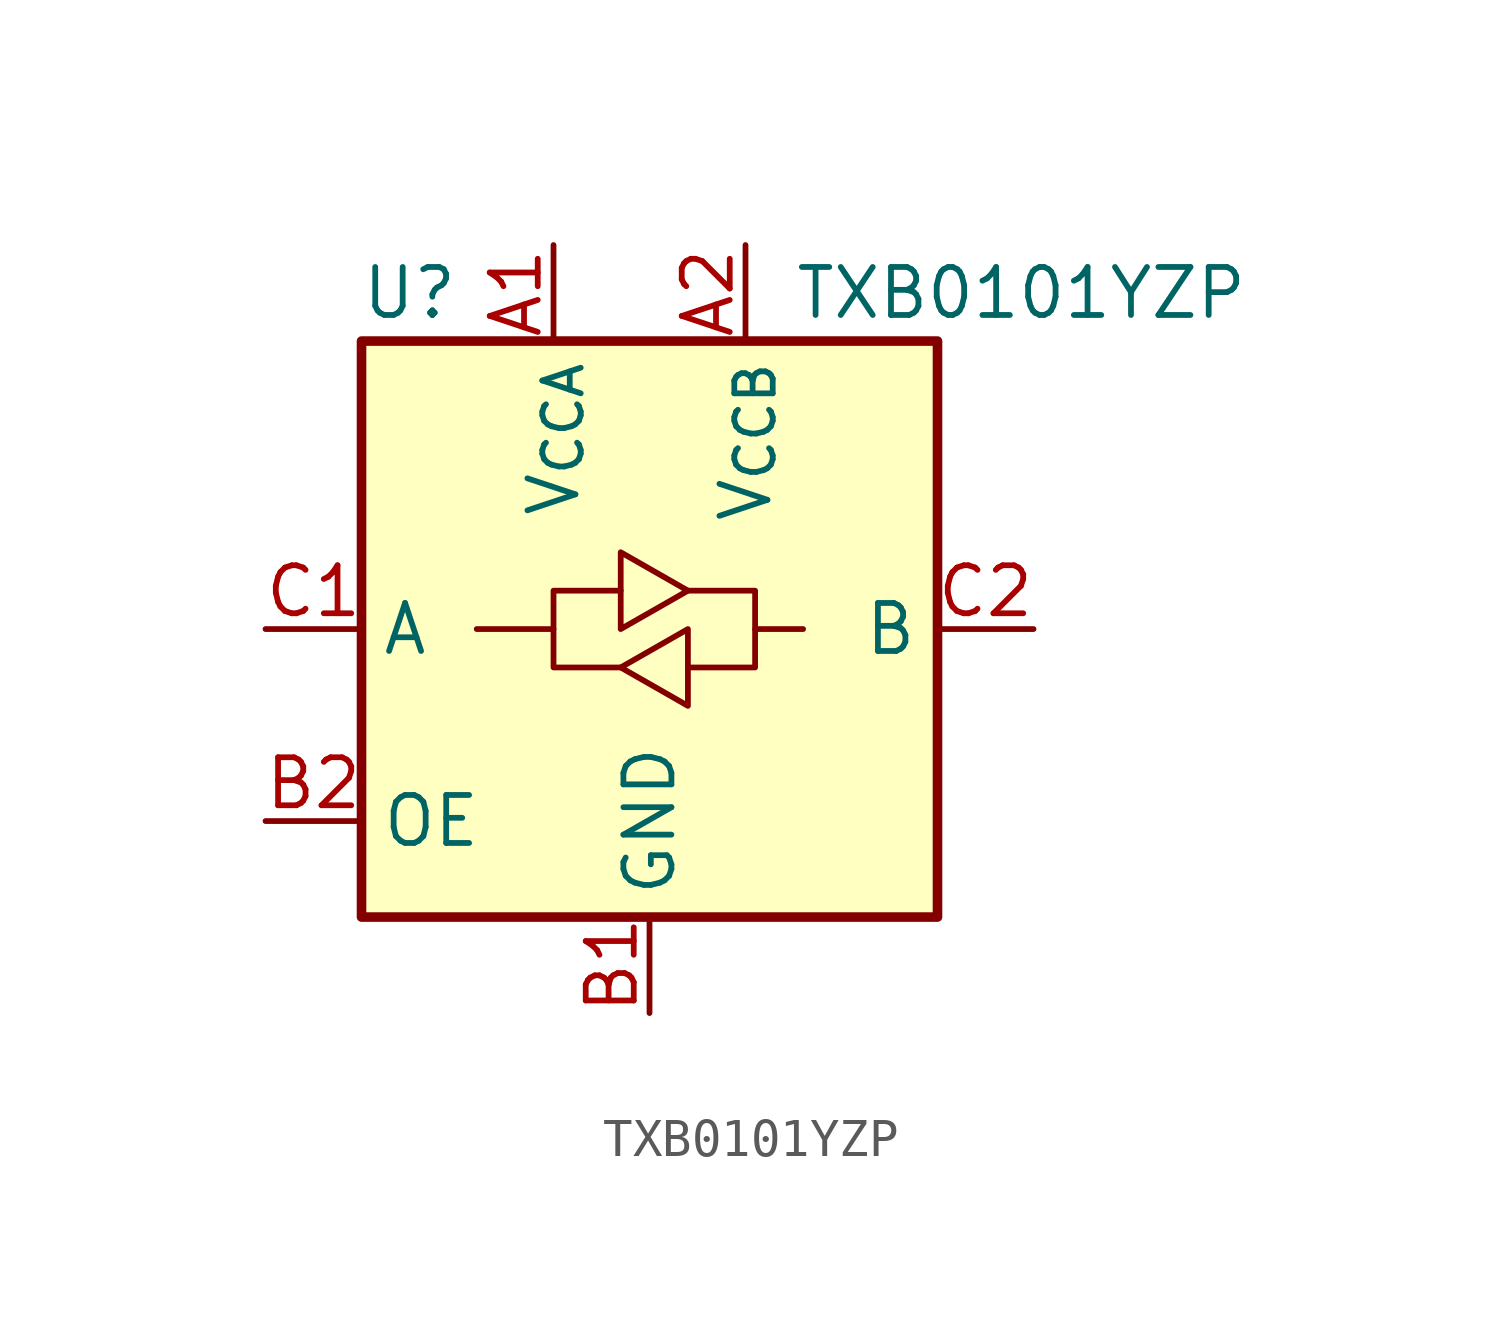
<source format=kicad_sym>
(kicad_symbol_lib
  (version 20231120)
  (generator "kicad_symbol_editor")
  (generator_version "8.0")
  (symbol "TXB0101YZP"
    (property "Reference" "U"
      (at -6.35 8.89 0)
      (effects (font (size 1.27 1.27))))
    (property "Value" "TXB0101YZP"
      (at 3.81 8.89 0)
      (effects (font (size 1.27 1.27)) (justify left)))
    (symbol "TXB0101YZP_0_1"
      (rectangle (start -7.62 7.62) (end 7.62 -7.62) (stroke (width 0.254) (type default)) (fill (type background)))
      (polyline (pts (xy -2.54 0) (xy -2.54 1.016) (xy -0.762 1.016)) (stroke (width 0) (type default)) (fill (type none)))
      (polyline (pts (xy 2.794 0) (xy 2.794 -1.016) (xy 1.016 -1.016)) (stroke (width 0) (type default)) (fill (type none)))
      (polyline (pts (xy -0.762 -1.016) (xy -2.54 -1.016) (xy -2.54 0) (xy -4.572 0)) (stroke (width 0) (type default)) (fill (type none)))
      (polyline (pts (xy -0.762 0) (xy -0.762 2.032) (xy 1.016 1.016) (xy -0.762 0)) (stroke (width 0) (type default)) (fill (type none)))
      (polyline (pts (xy 1.016 1.016) (xy 2.794 1.016) (xy 2.794 0) (xy 4.064 0)) (stroke (width 0) (type default)) (fill (type none)))
      (polyline (pts (xy 1.016 0) (xy 1.016 -1.778) (xy 1.016 -2.032) (xy -0.762 -1.016) (xy 1.016 0)) (stroke (width 0) (type default)) (fill (type none))))
    (symbol "TXB0101YZP_1_1"
      (pin power_in line (at -2.54 10.16 270) (length 2.54) (name "V_{CCA}" (effects (font (size 1.27 1.27)))) (number "A1" (effects (font (size 1.27 1.27)))))
      (pin power_in line (at 2.54 10.16 270) (length 2.54) (name "V_{CCB}" (effects (font (size 1.27 1.27)))) (number "A2" (effects (font (size 1.27 1.27)))))
      (pin power_in line (at 0 -10.16 90) (length 2.54) (name "GND" (effects (font (size 1.27 1.27)))) (number "B1" (effects (font (size 1.27 1.27)))))
      (pin input line (at -10.16 -5.08 0) (length 2.54) (name "OE" (effects (font (size 1.27 1.27)))) (number "B2" (effects (font (size 1.27 1.27)))))
      (pin bidirectional line (at -10.16 0 0) (length 2.54) (name "A" (effects (font (size 1.27 1.27)))) (number "C1" (effects (font (size 1.27 1.27)))))
      (pin bidirectional line (at 10.16 0 180) (length 2.54) (name "B" (effects (font (size 1.27 1.27)))) (number "C2" (effects (font (size 1.27 1.27))))))))
</source>
